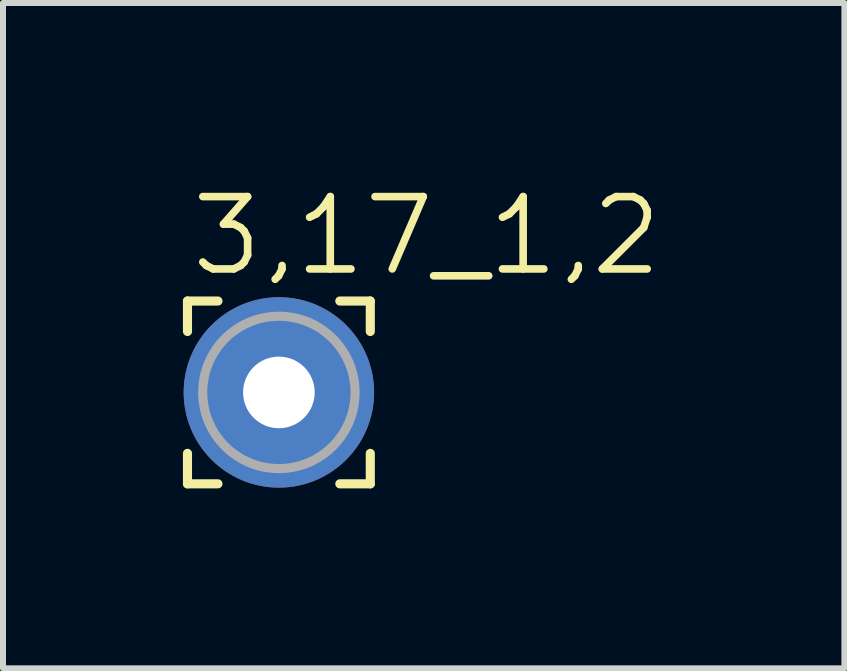
<source format=kicad_pcb>
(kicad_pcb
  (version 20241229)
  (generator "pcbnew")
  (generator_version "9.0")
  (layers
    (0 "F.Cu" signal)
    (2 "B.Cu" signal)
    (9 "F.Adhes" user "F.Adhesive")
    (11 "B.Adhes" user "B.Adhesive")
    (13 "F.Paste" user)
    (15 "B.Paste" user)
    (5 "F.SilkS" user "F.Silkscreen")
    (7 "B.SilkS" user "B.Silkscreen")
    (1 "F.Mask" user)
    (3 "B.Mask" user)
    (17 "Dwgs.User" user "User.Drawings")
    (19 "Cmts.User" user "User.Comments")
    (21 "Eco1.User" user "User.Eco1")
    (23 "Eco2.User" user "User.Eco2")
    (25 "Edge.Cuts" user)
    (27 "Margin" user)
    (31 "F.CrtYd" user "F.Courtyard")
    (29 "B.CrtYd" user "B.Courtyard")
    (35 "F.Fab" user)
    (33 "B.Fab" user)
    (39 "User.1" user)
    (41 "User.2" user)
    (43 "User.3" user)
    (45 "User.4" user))
  (footprint "3,17_1,2"
    (layer "F.Cu")
    (at 1.6 3.493)
    (property "Reference" "3,17_1,2" (at -1.524 -1.905 0) (layer "F.SilkS") (effects (font (size 1.206 1.206) (thickness 0.127)) (justify left bottom)))
    (attr through_hole)
    (fp_line (start -1.524 -1.524) (end -1.016 -1.524) (stroke (width 0.152) (type solid)) (layer "F.SilkS"))
    (fp_line (start -1.524 -1.016) (end -1.524 -1.524) (stroke (width 0.152) (type solid)) (layer "F.SilkS"))
    (fp_line (start -1.524 1.524) (end -1.524 1.016) (stroke (width 0.152) (type solid)) (layer "F.SilkS"))
    (fp_line (start -1.016 1.524) (end -1.524 1.524) (stroke (width 0.152) (type solid)) (layer "F.SilkS"))
    (fp_line (start 1.016 -1.524) (end 1.524 -1.524) (stroke (width 0.152) (type solid)) (layer "F.SilkS"))
    (fp_line (start 1.524 -1.524) (end 1.524 -1.016) (stroke (width 0.152) (type solid)) (layer "F.SilkS"))
    (fp_line (start 1.524 1.016) (end 1.524 1.524) (stroke (width 0.152) (type solid)) (layer "F.SilkS"))
    (fp_line (start 1.524 1.524) (end 1.016 1.524) (stroke (width 0.152) (type solid)) (layer "F.SilkS"))
    (fp_circle (center 0 0) (end 1.27 0) (stroke (width 0.152) (type solid)) (fill no) (layer "F.Fab"))
    (pad "1" thru_hole circle (at 0 0) (size 3.175 3.175) (drill 1.194) (layers "*.Cu" "*.Mask")))
  (gr_rect
    (start -3 -3)
    (end 11.029 8.093)
    (stroke (width 0.1) (type default))
    (fill no)
    (layer "Edge.Cuts")))
</source>
